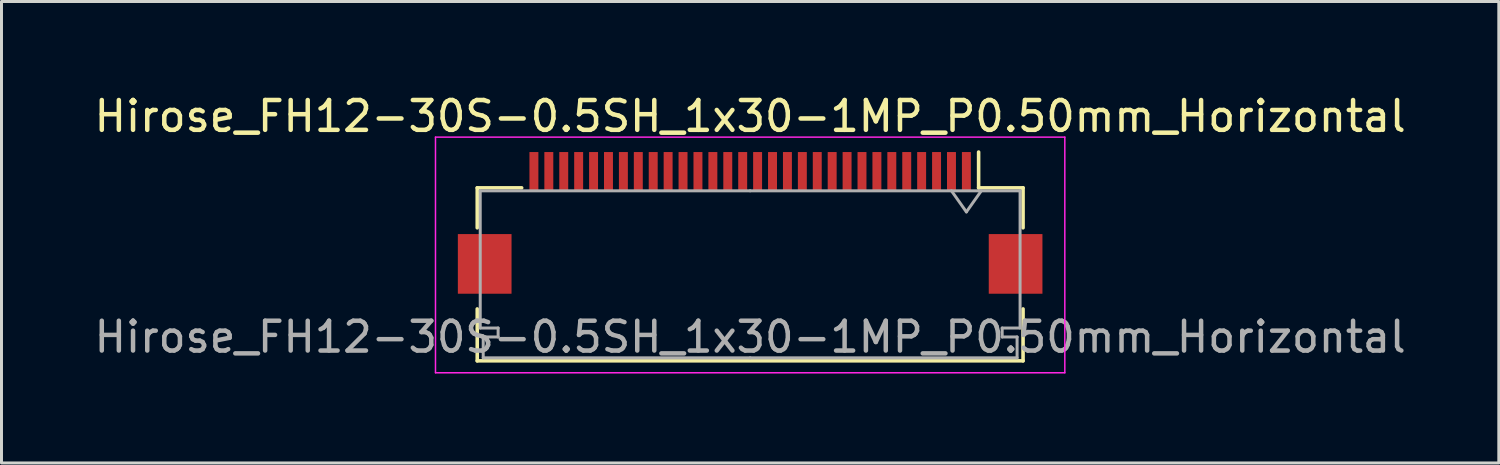
<source format=kicad_pcb>
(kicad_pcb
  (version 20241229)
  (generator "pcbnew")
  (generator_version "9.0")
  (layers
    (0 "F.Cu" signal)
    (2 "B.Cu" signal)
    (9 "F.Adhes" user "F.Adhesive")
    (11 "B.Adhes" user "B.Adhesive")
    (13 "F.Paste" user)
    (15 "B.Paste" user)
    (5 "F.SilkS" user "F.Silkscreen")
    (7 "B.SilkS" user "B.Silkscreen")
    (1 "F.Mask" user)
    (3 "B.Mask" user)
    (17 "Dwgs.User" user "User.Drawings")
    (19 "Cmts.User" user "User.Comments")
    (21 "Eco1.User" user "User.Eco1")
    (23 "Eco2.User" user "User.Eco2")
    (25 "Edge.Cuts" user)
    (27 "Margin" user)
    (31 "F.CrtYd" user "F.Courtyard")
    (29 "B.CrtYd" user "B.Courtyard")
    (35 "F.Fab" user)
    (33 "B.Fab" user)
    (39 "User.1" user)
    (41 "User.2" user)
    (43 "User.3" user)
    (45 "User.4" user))
  (footprint "Hirose_FH12-30S-0.5SH_1x30-1MP_P0.50mm_Horizontal"
    (layer "F.Cu")
    (at 22.101 4.548)
    (property "Reference" "Hirose_FH12-30S-0.5SH_1x30-1MP_P0.50mm_Horizontal" (at 0 -3.7 0) (layer "F.SilkS") (effects (font (size 1 1) (thickness 0.15))))
    (attr smd)
    (fp_line (start -9.15 -1.3) (end -9.15 0.04) (stroke (width 0.12) (type solid)) (layer "F.SilkS"))
    (fp_line (start -9.15 4.5) (end -9.15 2.76) (stroke (width 0.12) (type solid)) (layer "F.SilkS"))
    (fp_line (start -7.66 -1.3) (end -9.15 -1.3) (stroke (width 0.12) (type solid)) (layer "F.SilkS"))
    (fp_line (start 7.66 -1.3) (end 7.66 -2.5) (stroke (width 0.12) (type solid)) (layer "F.SilkS"))
    (fp_line (start 7.66 -1.3) (end 9.15 -1.3) (stroke (width 0.12) (type solid)) (layer "F.SilkS"))
    (fp_line (start 9.15 -1.3) (end 9.15 0.04) (stroke (width 0.12) (type solid)) (layer "F.SilkS"))
    (fp_line (start 9.15 2.76) (end 9.15 4.5) (stroke (width 0.12) (type solid)) (layer "F.SilkS"))
    (fp_line (start 9.15 4.5) (end -9.15 4.5) (stroke (width 0.12) (type solid)) (layer "F.SilkS"))
    (fp_line (start -10.55 -3) (end 10.55 -3) (stroke (width 0.05) (type solid)) (layer "F.CrtYd"))
    (fp_line (start -10.55 4.9) (end -10.55 -3) (stroke (width 0.05) (type solid)) (layer "F.CrtYd"))
    (fp_line (start 10.55 -3) (end 10.55 4.9) (stroke (width 0.05) (type solid)) (layer "F.CrtYd"))
    (fp_line (start 10.55 4.9) (end -10.55 4.9) (stroke (width 0.05) (type solid)) (layer "F.CrtYd"))
    (fp_line (start -9.05 -1.2) (end -9.05 3.4) (stroke (width 0.1) (type solid)) (layer "F.Fab"))
    (fp_line (start -9.05 3.4) (end -8.45 3.4) (stroke (width 0.1) (type solid)) (layer "F.Fab"))
    (fp_line (start -8.95 3.7) (end -8.95 4.4) (stroke (width 0.1) (type solid)) (layer "F.Fab"))
    (fp_line (start -8.95 4.4) (end 0 4.4) (stroke (width 0.1) (type solid)) (layer "F.Fab"))
    (fp_line (start -8.45 3.4) (end -8.45 3.7) (stroke (width 0.1) (type solid)) (layer "F.Fab"))
    (fp_line (start -8.45 3.7) (end -8.95 3.7) (stroke (width 0.1) (type solid)) (layer "F.Fab"))
    (fp_line (start 0 -1.2) (end -9.05 -1.2) (stroke (width 0.1) (type solid)) (layer "F.Fab"))
    (fp_line (start 0 -1.2) (end 9.05 -1.2) (stroke (width 0.1) (type solid)) (layer "F.Fab"))
    (fp_line (start 7.25 -0.493) (end 6.75 -1.2) (stroke (width 0.1) (type solid)) (layer "F.Fab"))
    (fp_line (start 7.75 -1.2) (end 7.25 -0.493) (stroke (width 0.1) (type solid)) (layer "F.Fab"))
    (fp_line (start 8.45 3.4) (end 8.45 3.7) (stroke (width 0.1) (type solid)) (layer "F.Fab"))
    (fp_line (start 8.45 3.7) (end 8.95 3.7) (stroke (width 0.1) (type solid)) (layer "F.Fab"))
    (fp_line (start 8.95 3.7) (end 8.95 4.4) (stroke (width 0.1) (type solid)) (layer "F.Fab"))
    (fp_line (start 8.95 4.4) (end 0 4.4) (stroke (width 0.1) (type solid)) (layer "F.Fab"))
    (fp_line (start 9.05 -1.2) (end 9.05 3.4) (stroke (width 0.1) (type solid)) (layer "F.Fab"))
    (fp_line (start 9.05 3.4) (end 8.45 3.4) (stroke (width 0.1) (type solid)) (layer "F.Fab"))
    (fp_text user "${REFERENCE}" (at 0 3.7 0) (layer "F.Fab") (effects (font (size 1 1) (thickness 0.15))))
    (pad "1" smd rect (at 7.25 -1.85) (size 0.3 1.3) (layers "F.Cu" "F.Mask" "F.Paste"))
    (pad "2" smd rect (at 6.75 -1.85) (size 0.3 1.3) (layers "F.Cu" "F.Mask" "F.Paste"))
    (pad "3" smd rect (at 6.25 -1.85) (size 0.3 1.3) (layers "F.Cu" "F.Mask" "F.Paste"))
    (pad "4" smd rect (at 5.75 -1.85) (size 0.3 1.3) (layers "F.Cu" "F.Mask" "F.Paste"))
    (pad "5" smd rect (at 5.25 -1.85) (size 0.3 1.3) (layers "F.Cu" "F.Mask" "F.Paste"))
    (pad "6" smd rect (at 4.75 -1.85) (size 0.3 1.3) (layers "F.Cu" "F.Mask" "F.Paste"))
    (pad "7" smd rect (at 4.25 -1.85) (size 0.3 1.3) (layers "F.Cu" "F.Mask" "F.Paste"))
    (pad "8" smd rect (at 3.75 -1.85) (size 0.3 1.3) (layers "F.Cu" "F.Mask" "F.Paste"))
    (pad "9" smd rect (at 3.25 -1.85) (size 0.3 1.3) (layers "F.Cu" "F.Mask" "F.Paste"))
    (pad "10" smd rect (at 2.75 -1.85) (size 0.3 1.3) (layers "F.Cu" "F.Mask" "F.Paste"))
    (pad "11" smd rect (at 2.25 -1.85) (size 0.3 1.3) (layers "F.Cu" "F.Mask" "F.Paste"))
    (pad "12" smd rect (at 1.75 -1.85) (size 0.3 1.3) (layers "F.Cu" "F.Mask" "F.Paste"))
    (pad "13" smd rect (at 1.25 -1.85) (size 0.3 1.3) (layers "F.Cu" "F.Mask" "F.Paste"))
    (pad "14" smd rect (at 0.75 -1.85) (size 0.3 1.3) (layers "F.Cu" "F.Mask" "F.Paste"))
    (pad "15" smd rect (at 0.25 -1.85) (size 0.3 1.3) (layers "F.Cu" "F.Mask" "F.Paste"))
    (pad "16" smd rect (at -0.25 -1.85) (size 0.3 1.3) (layers "F.Cu" "F.Mask" "F.Paste"))
    (pad "17" smd rect (at -0.75 -1.85) (size 0.3 1.3) (layers "F.Cu" "F.Mask" "F.Paste"))
    (pad "18" smd rect (at -1.25 -1.85) (size 0.3 1.3) (layers "F.Cu" "F.Mask" "F.Paste"))
    (pad "19" smd rect (at -1.75 -1.85) (size 0.3 1.3) (layers "F.Cu" "F.Mask" "F.Paste"))
    (pad "20" smd rect (at -2.25 -1.85) (size 0.3 1.3) (layers "F.Cu" "F.Mask" "F.Paste"))
    (pad "21" smd rect (at -2.75 -1.85) (size 0.3 1.3) (layers "F.Cu" "F.Mask" "F.Paste"))
    (pad "22" smd rect (at -3.25 -1.85) (size 0.3 1.3) (layers "F.Cu" "F.Mask" "F.Paste"))
    (pad "23" smd rect (at -3.75 -1.85) (size 0.3 1.3) (layers "F.Cu" "F.Mask" "F.Paste"))
    (pad "24" smd rect (at -4.25 -1.85) (size 0.3 1.3) (layers "F.Cu" "F.Mask" "F.Paste"))
    (pad "25" smd rect (at -4.75 -1.85) (size 0.3 1.3) (layers "F.Cu" "F.Mask" "F.Paste"))
    (pad "26" smd rect (at -5.25 -1.85) (size 0.3 1.3) (layers "F.Cu" "F.Mask" "F.Paste"))
    (pad "27" smd rect (at -5.75 -1.85) (size 0.3 1.3) (layers "F.Cu" "F.Mask" "F.Paste"))
    (pad "28" smd rect (at -6.25 -1.85) (size 0.3 1.3) (layers "F.Cu" "F.Mask" "F.Paste"))
    (pad "29" smd rect (at -6.75 -1.85) (size 0.3 1.3) (layers "F.Cu" "F.Mask" "F.Paste"))
    (pad "30" smd rect (at -7.25 -1.85) (size 0.3 1.3) (layers "F.Cu" "F.Mask" "F.Paste"))
    (pad "MP" smd rect (at -8.9 1.25) (size 1.8 2) (layers "F.Cu" "F.Mask" "F.Paste"))
    (pad "MP" smd rect (at 8.9 1.25) (size 1.8 2) (layers "F.Cu" "F.Mask" "F.Paste")))
  (gr_rect
    (start -3 -3)
    (end 47.202 12.473)
    (stroke (width 0.1) (type default))
    (fill no)
    (layer "Edge.Cuts")))
</source>
